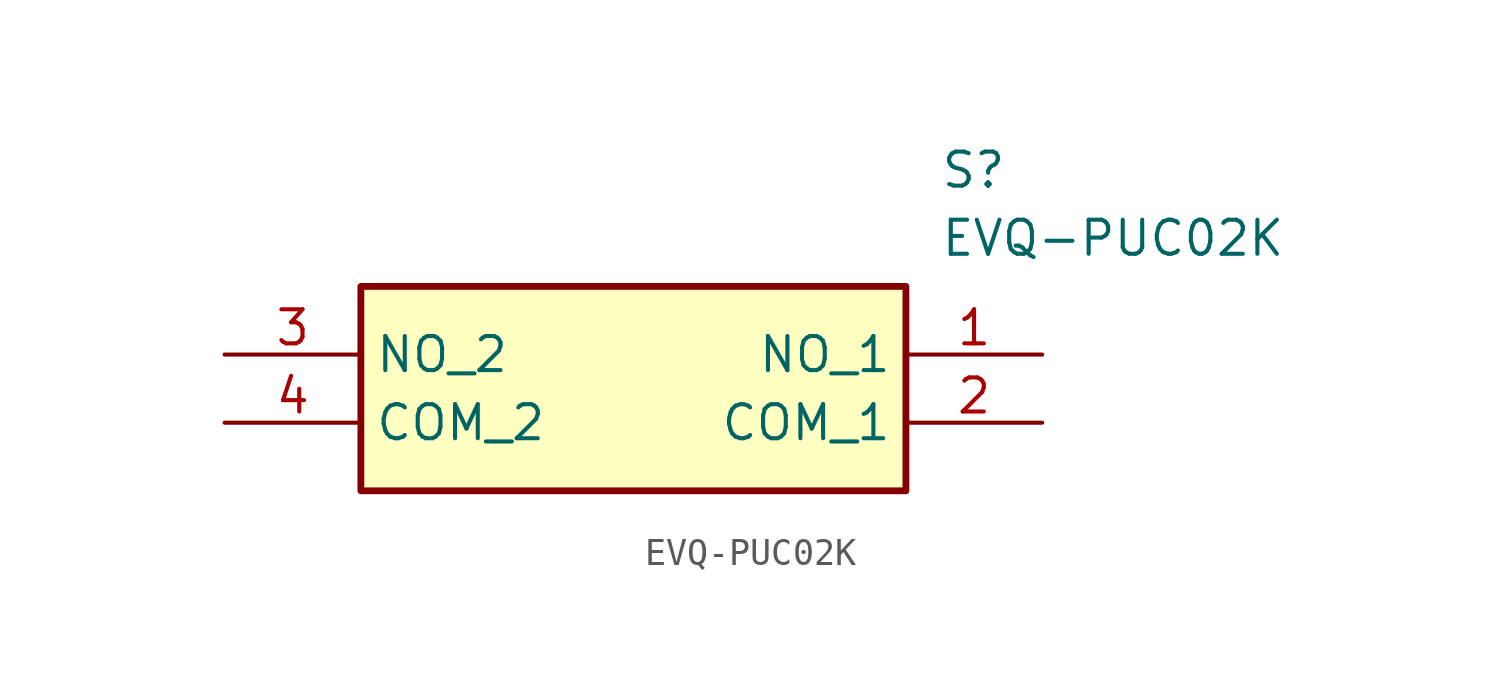
<source format=kicad_sym>
(kicad_symbol_lib
  (version 20211014)
  (generator SamacSys_ECAD_Model)
  (symbol "EVQ-PUC02K"
    (property "Reference" "S"
      (at 26.67 7.62 0)
      (effects (font (size 1.27 1.27)) (justify left top)))
    (property "Value" "EVQ-PUC02K"
      (at 26.67 5.08 0)
      (effects (font (size 1.27 1.27)) (justify left top)))
    (rectangle
      (start 5.08 2.54)
      (end 25.4 -5.08)
      (stroke (width 0.254) (type default))
      (fill (type background)))
    (pin passive line
      (at 30.48 0 180)
      (length 5.08)
      (name "NO_1" (effects (font (size 1.27 1.27))))
      (number "1" (effects (font (size 1.27 1.27)))))
    (pin passive line
      (at 30.48 -2.54 180)
      (length 5.08)
      (name "COM_1" (effects (font (size 1.27 1.27))))
      (number "2" (effects (font (size 1.27 1.27)))))
    (pin passive line
      (at 0 0 0)
      (length 5.08)
      (name "NO_2" (effects (font (size 1.27 1.27))))
      (number "3" (effects (font (size 1.27 1.27)))))
    (pin passive line
      (at 0 -2.54 0)
      (length 5.08)
      (name "COM_2" (effects (font (size 1.27 1.27))))
      (number "4" (effects (font (size 1.27 1.27)))))))
</source>
